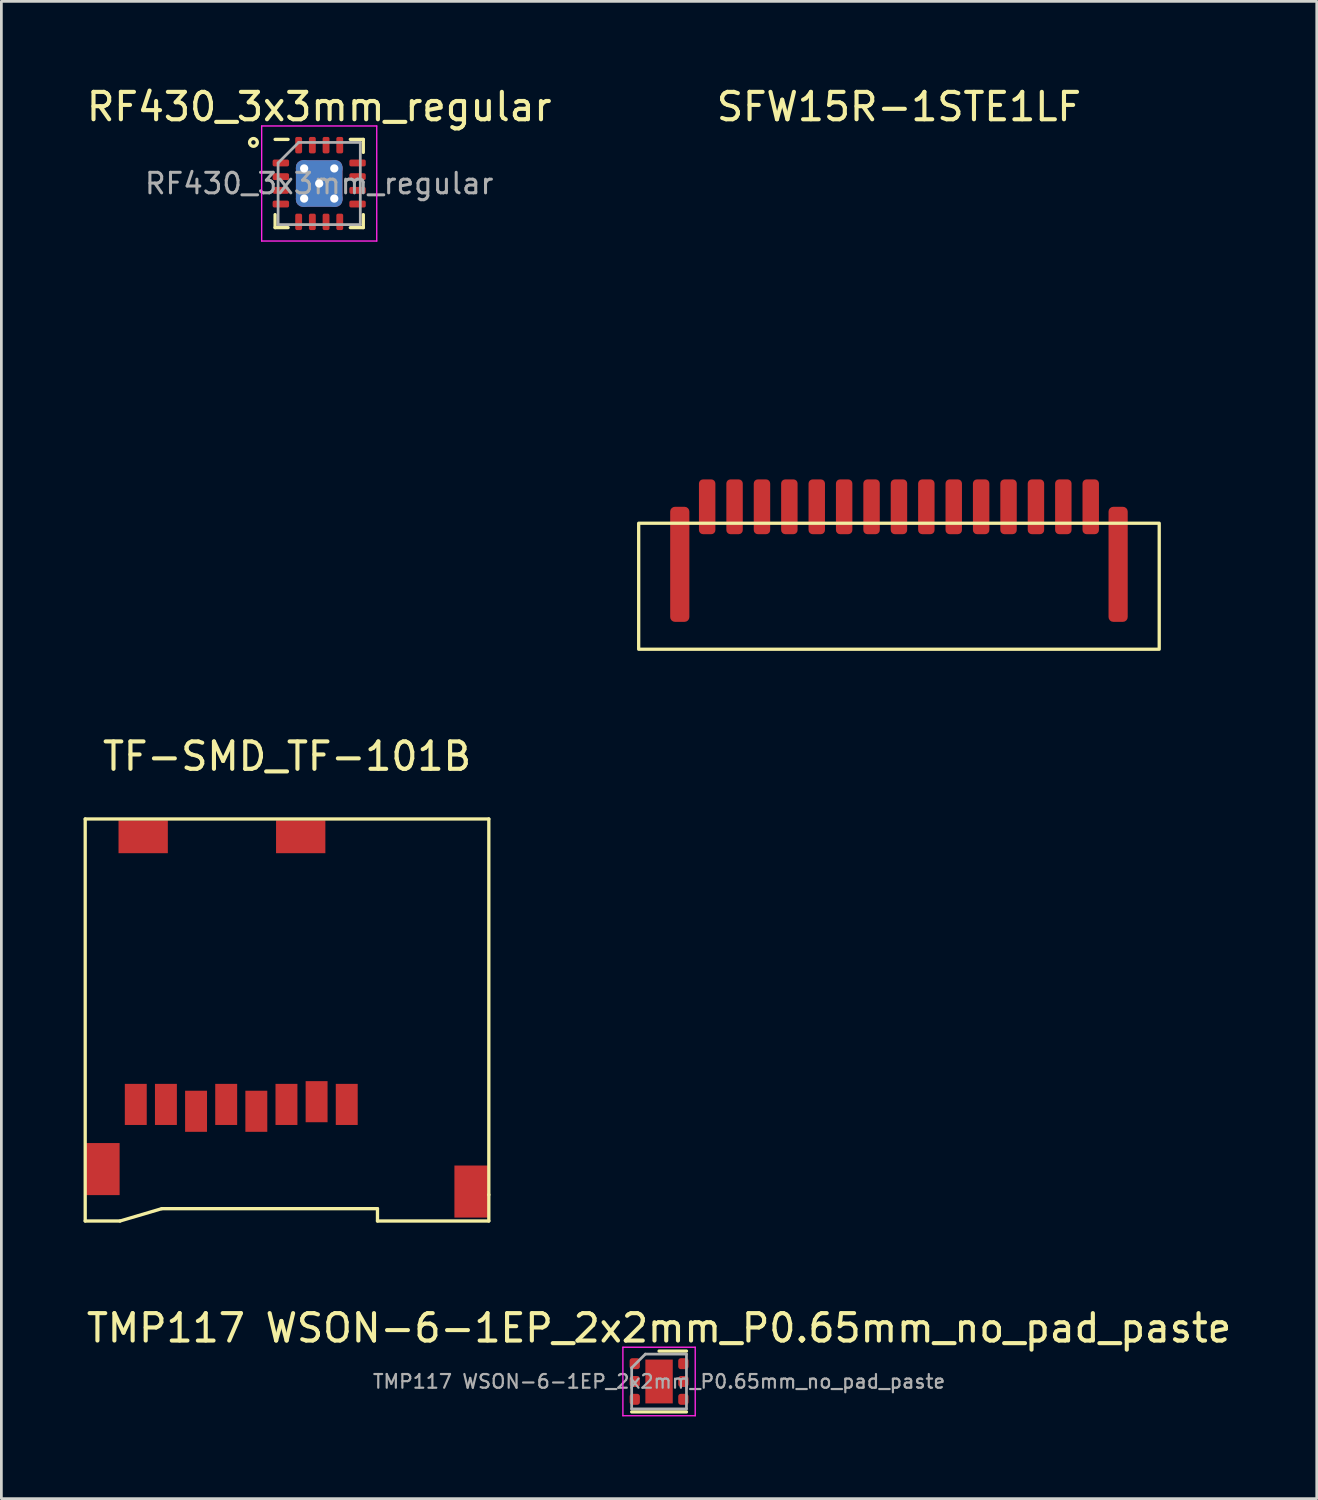
<source format=kicad_pcb>
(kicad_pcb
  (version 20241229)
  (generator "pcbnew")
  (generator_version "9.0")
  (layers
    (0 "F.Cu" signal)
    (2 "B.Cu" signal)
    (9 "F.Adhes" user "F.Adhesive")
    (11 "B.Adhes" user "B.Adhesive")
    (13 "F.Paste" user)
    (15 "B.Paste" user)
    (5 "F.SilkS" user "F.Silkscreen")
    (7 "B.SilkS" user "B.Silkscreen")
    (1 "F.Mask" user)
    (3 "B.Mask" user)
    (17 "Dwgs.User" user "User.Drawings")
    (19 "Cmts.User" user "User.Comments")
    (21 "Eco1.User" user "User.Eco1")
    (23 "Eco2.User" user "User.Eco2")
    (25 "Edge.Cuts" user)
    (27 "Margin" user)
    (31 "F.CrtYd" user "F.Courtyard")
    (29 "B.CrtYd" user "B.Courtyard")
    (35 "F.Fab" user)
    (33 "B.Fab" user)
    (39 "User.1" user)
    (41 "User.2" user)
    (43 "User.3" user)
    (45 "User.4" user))
  (footprint "TF-SMD_TF-101B"
    (layer "F.Cu")
    (at 7.426 34.717)
    (property "Reference" "TF-SMD_TF-101B" (at 0 -10.16 0) (layer "F.SilkS") (effects (font (size 1 1) (thickness 0.15))))
    (attr through_hole)
    (fp_line (start -7.366 -7.874) (end 7.366 -7.874) (stroke (width 0.12) (type solid)) (layer "F.SilkS"))
    (fp_line (start -7.366 6.8) (end -7.366 -7.874) (stroke (width 0.12) (type solid)) (layer "F.SilkS"))
    (fp_line (start -6.096 6.8) (end -7.366 6.8) (stroke (width 0.12) (type solid)) (layer "F.SilkS"))
    (fp_line (start -4.572 6.35) (end -6.096 6.8) (stroke (width 0.12) (type solid)) (layer "F.SilkS"))
    (fp_line (start 3.302 6.35) (end -4.572 6.35) (stroke (width 0.12) (type solid)) (layer "F.SilkS"))
    (fp_line (start 3.302 6.8) (end 3.302 6.35) (stroke (width 0.12) (type solid)) (layer "F.SilkS"))
    (fp_line (start 7.366 -7.874) (end 7.366 5.842) (stroke (width 0.12) (type solid)) (layer "F.SilkS"))
    (fp_line (start 7.366 5.842) (end 7.366 6.8) (stroke (width 0.12) (type solid)) (layer "F.SilkS"))
    (fp_line (start 7.366 6.8) (end 3.302 6.8) (stroke (width 0.12) (type solid)) (layer "F.SilkS"))
    (pad "1" smd rect (at 2.18 2.545) (size 0.8 1.5) (layers "F.Cu" "F.Mask" "F.Paste"))
    (pad "2" smd rect (at 1.08 2.445) (size 0.8 1.5) (layers "F.Cu" "F.Mask" "F.Paste"))
    (pad "3" smd rect (at -0.02 2.545) (size 0.8 1.5) (layers "F.Cu" "F.Mask" "F.Paste"))
    (pad "4" smd rect (at -1.12 2.795) (size 0.8 1.5) (layers "F.Cu" "F.Mask" "F.Paste"))
    (pad "5" smd rect (at -2.22 2.545) (size 0.8 1.5) (layers "F.Cu" "F.Mask" "F.Paste"))
    (pad "6" smd rect (at -3.32 2.795) (size 0.8 1.5) (layers "F.Cu" "F.Mask" "F.Paste"))
    (pad "7" smd rect (at -4.42 2.545) (size 0.8 1.5) (layers "F.Cu" "F.Mask" "F.Paste"))
    (pad "8" smd rect (at -5.52 2.545) (size 0.8 1.5) (layers "F.Cu" "F.Mask" "F.Paste"))
    (pad "9" smd rect (at -5.25 -7.225 180) (size 1.8 1.2) (layers "F.Cu" "F.Mask" "F.Paste"))
    (pad "10" smd rect (at 0.5 -7.225 180) (size 1.8 1.2) (layers "F.Cu" "F.Mask" "F.Paste"))
    (pad "11" smd rect (at 6.76 5.725 180) (size 1.3 1.9) (layers "F.Cu" "F.Mask" "F.Paste"))
    (pad "12" smd rect (at -6.76 4.905 180) (size 1.3 1.9) (layers "F.Cu" "F.Mask" "F.Paste")))
  (footprint "TMP117 WSON-6-1EP_2x2mm_P0.65mm_no_pad_paste"
    (layer "F.Cu")
    (at 21.006 47.375)
    (property "Reference" "TMP117 WSON-6-1EP_2x2mm_P0.65mm_no_pad_paste" (at 0 -1.95 0) (layer "F.SilkS") (effects (font (size 1 1) (thickness 0.15))))
    (attr smd)
    (fp_line (start -1 1.11) (end 1 1.11) (stroke (width 0.12) (type solid)) (layer "F.SilkS"))
    (fp_line (start 0 -1.11) (end 1 -1.11) (stroke (width 0.12) (type solid)) (layer "F.SilkS"))
    (fp_line (start -1.32 -1.25) (end -1.32 1.25) (stroke (width 0.05) (type solid)) (layer "F.CrtYd"))
    (fp_line (start -1.32 1.25) (end 1.32 1.25) (stroke (width 0.05) (type solid)) (layer "F.CrtYd"))
    (fp_line (start 1.32 -1.25) (end -1.32 -1.25) (stroke (width 0.05) (type solid)) (layer "F.CrtYd"))
    (fp_line (start 1.32 1.25) (end 1.32 -1.25) (stroke (width 0.05) (type solid)) (layer "F.CrtYd"))
    (fp_line (start -1 -0.5) (end -0.5 -1) (stroke (width 0.1) (type solid)) (layer "F.Fab"))
    (fp_line (start -1 1) (end -1 -0.5) (stroke (width 0.1) (type solid)) (layer "F.Fab"))
    (fp_line (start -0.5 -1) (end 1 -1) (stroke (width 0.1) (type solid)) (layer "F.Fab"))
    (fp_line (start 1 -1) (end 1 1) (stroke (width 0.1) (type solid)) (layer "F.Fab"))
    (fp_line (start 1 1) (end -1 1) (stroke (width 0.1) (type solid)) (layer "F.Fab"))
    (fp_text user "${REFERENCE}" (at 0 0 0) (layer "F.Fab") (effects (font (size 0.5 0.5) (thickness 0.08))))
    (pad "1" smd roundrect (at -0.887 -0.65) (size 0.375 0.4) (layers "F.Cu" "F.Mask" "F.Paste") (roundrect_rratio 0.25))
    (pad "2" smd roundrect (at -0.887 0) (size 0.375 0.4) (layers "F.Cu" "F.Mask" "F.Paste") (roundrect_rratio 0.25))
    (pad "3" smd roundrect (at -0.887 0.65) (size 0.375 0.4) (layers "F.Cu" "F.Mask" "F.Paste") (roundrect_rratio 0.25))
    (pad "4" smd roundrect (at 0.887 0.65) (size 0.375 0.4) (layers "F.Cu" "F.Mask" "F.Paste") (roundrect_rratio 0.25))
    (pad "5" smd roundrect (at 0.887 0) (size 0.375 0.4) (layers "F.Cu" "F.Mask" "F.Paste") (roundrect_rratio 0.25))
    (pad "6" smd roundrect (at 0.887 -0.65) (size 0.375 0.4) (layers "F.Cu" "F.Mask" "F.Paste") (roundrect_rratio 0.25))
    (pad "7" smd rect (at 0 0) (size 1 1.6) (layers "F.Cu" "F.Mask")))
  (footprint "SFW15R-1STE1LF"
    (layer "F.Cu")
    (at 29.762 19.548)
    (property "Reference" "SFW15R-1STE1LF" (at 0 -18.7 0) (unlocked yes) (layer "F.SilkS") (effects (font (size 1 1) (thickness 0.15))))
    (attr smd)
    (fp_rect (start -9.5 1.1) (end 9.5 -3.5) (stroke (width 0.12) (type solid)) (fill no) (layer "F.SilkS"))
    (pad "1" smd roundrect (at -7 -4.1) (size 0.6 2) (layers "F.Cu" "F.Mask" "F.Paste") (roundrect_rratio 0.25))
    (pad "2" smd roundrect (at -6 -4.1) (size 0.6 2) (layers "F.Cu" "F.Mask" "F.Paste") (roundrect_rratio 0.25))
    (pad "3" smd roundrect (at -5 -4.1) (size 0.6 2) (layers "F.Cu" "F.Mask" "F.Paste") (roundrect_rratio 0.25))
    (pad "4" smd roundrect (at -4 -4.1) (size 0.6 2) (layers "F.Cu" "F.Mask" "F.Paste") (roundrect_rratio 0.25))
    (pad "5" smd roundrect (at -3 -4.1) (size 0.6 2) (layers "F.Cu" "F.Mask" "F.Paste") (roundrect_rratio 0.25))
    (pad "6" smd roundrect (at -2 -4.1) (size 0.6 2) (layers "F.Cu" "F.Mask" "F.Paste") (roundrect_rratio 0.25))
    (pad "7" smd roundrect (at -1 -4.1) (size 0.6 2) (layers "F.Cu" "F.Mask" "F.Paste") (roundrect_rratio 0.25))
    (pad "8" smd roundrect (at 0 -4.1) (size 0.6 2) (layers "F.Cu" "F.Mask" "F.Paste") (roundrect_rratio 0.25))
    (pad "9" smd roundrect (at 1 -4.1) (size 0.6 2) (layers "F.Cu" "F.Mask" "F.Paste") (roundrect_rratio 0.25))
    (pad "10" smd roundrect (at 2 -4.1) (size 0.6 2) (layers "F.Cu" "F.Mask" "F.Paste") (roundrect_rratio 0.25))
    (pad "11" smd roundrect (at 3 -4.1) (size 0.6 2) (layers "F.Cu" "F.Mask" "F.Paste") (roundrect_rratio 0.25))
    (pad "12" smd roundrect (at 4 -4.1) (size 0.6 2) (layers "F.Cu" "F.Mask" "F.Paste") (roundrect_rratio 0.25))
    (pad "13" smd roundrect (at 5 -4.1) (size 0.6 2) (layers "F.Cu" "F.Mask" "F.Paste") (roundrect_rratio 0.25))
    (pad "14" smd roundrect (at 6 -4.1) (size 0.6 2) (layers "F.Cu" "F.Mask" "F.Paste") (roundrect_rratio 0.25))
    (pad "15" smd roundrect (at 7 -4.1) (size 0.6 2) (layers "F.Cu" "F.Mask" "F.Paste") (roundrect_rratio 0.25))
    (pad "16" smd roundrect (at -8 -2) (size 0.7 4.2) (layers "F.Cu" "F.Mask" "F.Paste") (roundrect_rratio 0.25))
    (pad "17" smd roundrect (at 8 -2) (size 0.7 4.2) (layers "F.Cu" "F.Mask" "F.Paste") (roundrect_rratio 0.25)))
  (footprint "RF430_3x3mm_regular"
    (layer "F.Cu")
    (at 8.601 3.648)
    (property "Reference" "RF430_3x3mm_regular" (at 0 -2.8 0) (layer "F.SilkS") (effects (font (size 1 1) (thickness 0.15))))
    (attr smd)
    (fp_line (start -1.61 1.61) (end -1.61 1.135) (stroke (width 0.12) (type solid)) (layer "F.SilkS"))
    (fp_line (start -1.135 -1.61) (end -1.61 -1.61) (stroke (width 0.12) (type solid)) (layer "F.SilkS"))
    (fp_line (start -1.135 1.61) (end -1.61 1.61) (stroke (width 0.12) (type solid)) (layer "F.SilkS"))
    (fp_line (start 1.135 -1.61) (end 1.61 -1.61) (stroke (width 0.12) (type solid)) (layer "F.SilkS"))
    (fp_line (start 1.135 1.61) (end 1.61 1.61) (stroke (width 0.12) (type solid)) (layer "F.SilkS"))
    (fp_line (start 1.61 -1.61) (end 1.61 -1.135) (stroke (width 0.12) (type solid)) (layer "F.SilkS"))
    (fp_line (start 1.61 1.61) (end 1.61 1.135) (stroke (width 0.12) (type solid)) (layer "F.SilkS"))
    (fp_circle (center -2.4 -1.5) (end -2.5 -1.4) (stroke (width 0.12) (type solid)) (fill no) (layer "F.SilkS"))
    (fp_line (start -2.1 -2.1) (end -2.1 2.1) (stroke (width 0.05) (type solid)) (layer "F.CrtYd"))
    (fp_line (start -2.1 2.1) (end 2.1 2.1) (stroke (width 0.05) (type solid)) (layer "F.CrtYd"))
    (fp_line (start 2.1 -2.1) (end -2.1 -2.1) (stroke (width 0.05) (type solid)) (layer "F.CrtYd"))
    (fp_line (start 2.1 2.1) (end 2.1 -2.1) (stroke (width 0.05) (type solid)) (layer "F.CrtYd"))
    (fp_line (start -1.5 -0.75) (end -0.75 -1.5) (stroke (width 0.1) (type solid)) (layer "F.Fab"))
    (fp_line (start -1.5 1.5) (end -1.5 -0.75) (stroke (width 0.1) (type solid)) (layer "F.Fab"))
    (fp_line (start -0.75 -1.5) (end 1.5 -1.5) (stroke (width 0.1) (type solid)) (layer "F.Fab"))
    (fp_line (start 1.5 -1.5) (end 1.5 1.5) (stroke (width 0.1) (type solid)) (layer "F.Fab"))
    (fp_line (start 1.5 1.5) (end -1.5 1.5) (stroke (width 0.1) (type solid)) (layer "F.Fab"))
    (fp_text user "${REFERENCE}" (at 0 0 0) (layer "F.Fab") (effects (font (size 0.75 0.75) (thickness 0.11))))
    (pad "" smd roundrect (at -0.425 -0.425) (size 0.74 0.74) (layers "F.Paste") (roundrect_rratio 0.25))
    (pad "" smd roundrect (at -0.425 0.425) (size 0.74 0.74) (layers "F.Paste") (roundrect_rratio 0.25))
    (pad "" smd roundrect (at 0.425 -0.425) (size 0.74 0.74) (layers "F.Paste") (roundrect_rratio 0.25))
    (pad "" smd roundrect (at 0.425 0.425) (size 0.74 0.74) (layers "F.Paste") (roundrect_rratio 0.25))
    (pad "1" smd roundrect (at -1.4 -0.75) (size 0.6 0.25) (layers "F.Cu" "F.Mask" "F.Paste") (roundrect_rratio 0.25))
    (pad "2" smd roundrect (at -1.4 -0.25) (size 0.6 0.25) (layers "F.Cu" "F.Mask" "F.Paste") (roundrect_rratio 0.25))
    (pad "3" smd roundrect (at -1.4 0.25) (size 0.6 0.25) (layers "F.Cu" "F.Mask" "F.Paste") (roundrect_rratio 0.25))
    (pad "4" smd roundrect (at -1.4 0.75) (size 0.6 0.25) (layers "F.Cu" "F.Mask" "F.Paste") (roundrect_rratio 0.25))
    (pad "5" smd roundrect (at -0.75 1.4) (size 0.25 0.6) (layers "F.Cu" "F.Mask" "F.Paste") (roundrect_rratio 0.25))
    (pad "6" smd roundrect (at -0.25 1.4) (size 0.25 0.6) (layers "F.Cu" "F.Mask" "F.Paste") (roundrect_rratio 0.25))
    (pad "7" smd roundrect (at 0.25 1.4) (size 0.25 0.6) (layers "F.Cu" "F.Mask" "F.Paste") (roundrect_rratio 0.25))
    (pad "8" smd roundrect (at 0.75 1.4) (size 0.25 0.6) (layers "F.Cu" "F.Mask" "F.Paste") (roundrect_rratio 0.25))
    (pad "9" smd roundrect (at 1.4 0.75) (size 0.6 0.25) (layers "F.Cu" "F.Mask" "F.Paste") (roundrect_rratio 0.25))
    (pad "10" smd roundrect (at 1.4 0.25) (size 0.6 0.25) (layers "F.Cu" "F.Mask" "F.Paste") (roundrect_rratio 0.25))
    (pad "11" smd roundrect (at 1.4 -0.25) (size 0.6 0.25) (layers "F.Cu" "F.Mask" "F.Paste") (roundrect_rratio 0.25))
    (pad "12" smd roundrect (at 1.4 -0.75) (size 0.6 0.25) (layers "F.Cu" "F.Mask" "F.Paste") (roundrect_rratio 0.25))
    (pad "13" smd roundrect (at 0.75 -1.4) (size 0.25 0.6) (layers "F.Cu" "F.Mask" "F.Paste") (roundrect_rratio 0.25))
    (pad "14" smd roundrect (at 0.25 -1.4) (size 0.25 0.6) (layers "F.Cu" "F.Mask" "F.Paste") (roundrect_rratio 0.25))
    (pad "15" smd roundrect (at -0.25 -1.4) (size 0.25 0.6) (layers "F.Cu" "F.Mask" "F.Paste") (roundrect_rratio 0.25))
    (pad "16" smd roundrect (at -0.75 -1.4) (size 0.25 0.6) (layers "F.Cu" "F.Mask" "F.Paste") (roundrect_rratio 0.25))
    (pad "17" thru_hole circle (at -0.55 -0.55) (size 0.6 0.6) (drill 0.3) (layers "*.Cu"))
    (pad "17" thru_hole circle (at -0.55 0.55) (size 0.6 0.6) (drill 0.3) (layers "*.Cu"))
    (pad "17" thru_hole circle (at 0 0) (size 0.6 0.6) (drill 0.3) (layers "*.Cu"))
    (pad "17" smd roundrect (at 0 0) (size 1.7 1.7) (layers "F.Cu" "F.Mask") (roundrect_rratio 0.147))
    (pad "17" smd roundrect (at 0 0) (size 1.7 1.7) (layers "B.Cu") (roundrect_rratio 0.147))
    (pad "17" thru_hole circle (at 0.55 -0.55) (size 0.6 0.6) (drill 0.3) (layers "*.Cu"))
    (pad "17" thru_hole circle (at 0.55 0.55) (size 0.6 0.6) (drill 0.3) (layers "*.Cu")))
  (gr_rect
    (start -3 -3)
    (end 45.012 51.65)
    (stroke (width 0.1) (type default))
    (fill no)
    (layer "Edge.Cuts")))
</source>
